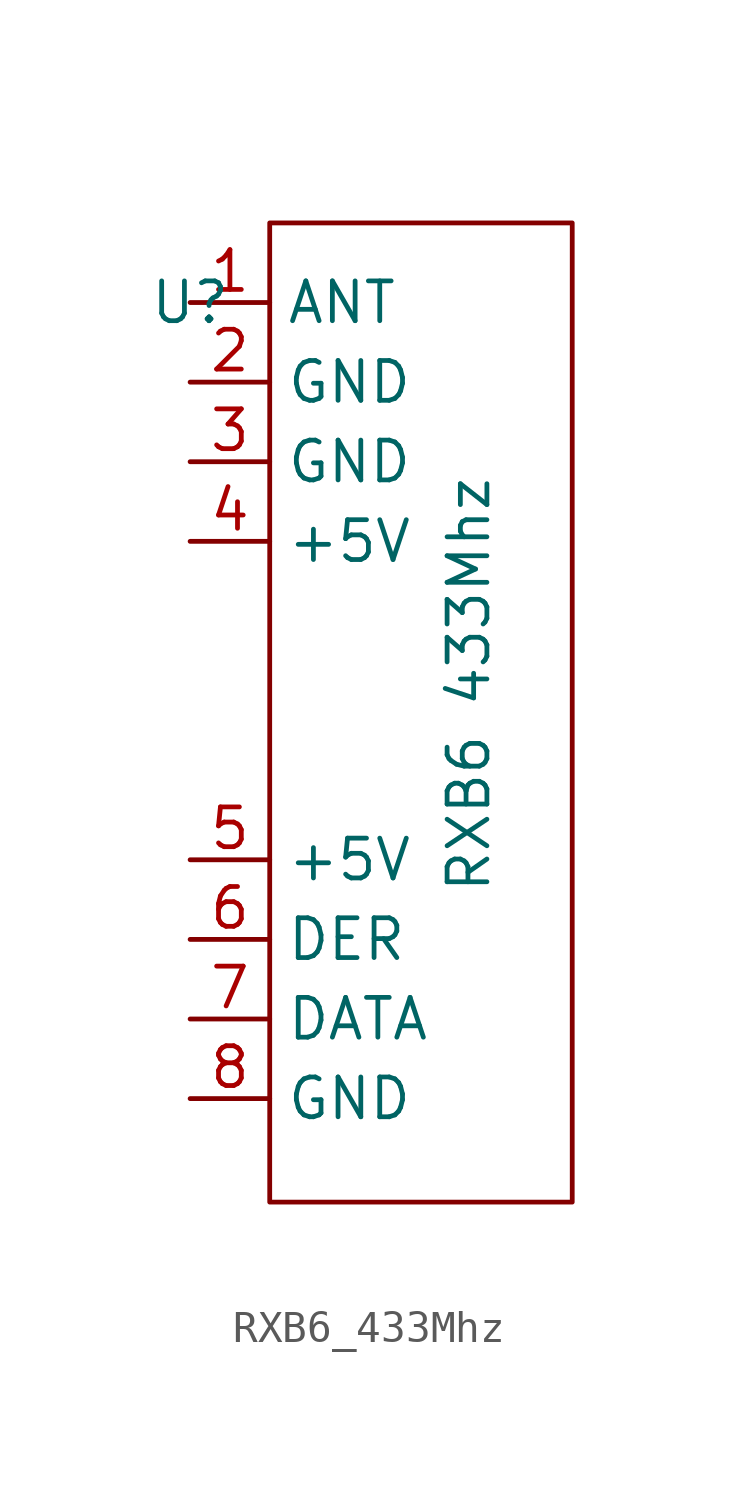
<source format=kicad_sym>
(kicad_symbol_lib
  (version 20220914)
  (generator kicad_symbol_editor)
  (symbol "RXB6_433Mhz"
    (property "Reference" "U"
      (at 0 0 0)
      (effects (font (size 1.27 1.27))))
    (property "Value" "RXB6 433Mhz"
      (at 8.89 -12.192 90)
      (effects (font (size 1.27 1.27))))
    (symbol "RXB6_433Mhz_0_0"
      (pin output line (at 0 0 0) (length 2.54) (name "ANT" (effects (font (size 1.27 1.27)))) (number "1" (effects (font (size 1.27 1.27)))))
      (pin passive line (at 0 -2.54 0) (length 2.54) (name "GND" (effects (font (size 1.27 1.27)))) (number "2" (effects (font (size 1.27 1.27)))))
      (pin passive line (at 0 -5.08 0) (length 2.54) (name "GND" (effects (font (size 1.27 1.27)))) (number "3" (effects (font (size 1.27 1.27)))))
      (pin passive line (at 0 -7.62 0) (length 2.54) (name "+5V" (effects (font (size 1.27 1.27)))) (number "4" (effects (font (size 1.27 1.27)))))
      (pin power_in line (at 0 -17.78 0) (length 2.54) (name "+5V" (effects (font (size 1.27 1.27)))) (number "5" (effects (font (size 1.27 1.27)))))
      (pin output line (at 0 -20.32 0) (length 2.54) (name "DER" (effects (font (size 1.27 1.27)))) (number "6" (effects (font (size 1.27 1.27)))))
      (pin output line (at 0 -22.86 0) (length 2.54) (name "DATA" (effects (font (size 1.27 1.27)))) (number "7" (effects (font (size 1.27 1.27)))))
      (pin output line (at 0 -25.4 0) (length 2.54) (name "GND" (effects (font (size 1.27 1.27)))) (number "8" (effects (font (size 1.27 1.27))))))
    (symbol "RXB6_433Mhz_1_1"
      (rectangle (start 2.54 2.54) (end 12.192 -28.702) (stroke (width 0) (type default)) (fill (type none))))))
</source>
